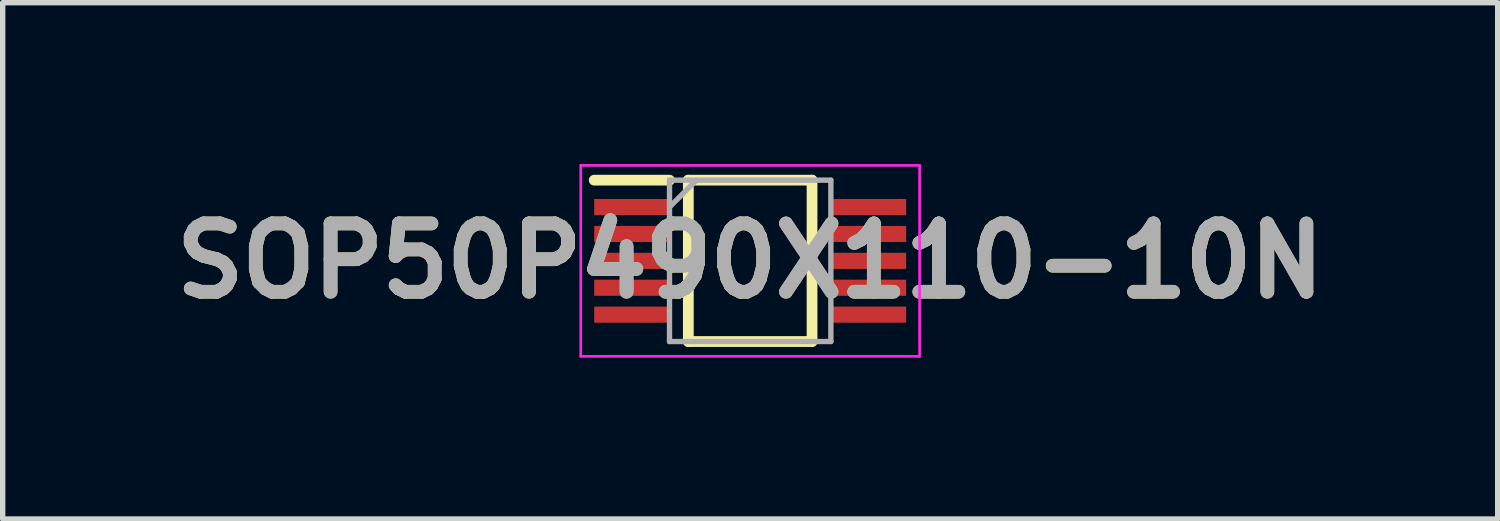
<source format=kicad_pcb>
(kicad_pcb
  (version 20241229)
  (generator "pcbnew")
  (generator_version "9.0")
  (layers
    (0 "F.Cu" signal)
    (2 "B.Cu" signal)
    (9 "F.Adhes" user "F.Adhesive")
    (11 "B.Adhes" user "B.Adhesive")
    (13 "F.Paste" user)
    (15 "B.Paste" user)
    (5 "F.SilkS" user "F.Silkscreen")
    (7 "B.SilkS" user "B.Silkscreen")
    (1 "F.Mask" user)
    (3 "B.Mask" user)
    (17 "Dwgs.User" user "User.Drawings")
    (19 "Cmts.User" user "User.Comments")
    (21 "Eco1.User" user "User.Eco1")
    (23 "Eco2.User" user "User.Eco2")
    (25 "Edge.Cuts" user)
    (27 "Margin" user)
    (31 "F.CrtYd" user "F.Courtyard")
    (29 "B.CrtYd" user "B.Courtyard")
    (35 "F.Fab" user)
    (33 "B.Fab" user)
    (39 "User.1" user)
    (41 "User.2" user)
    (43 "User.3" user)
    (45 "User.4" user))
  (footprint "SOP50P490X110-10N"
    (layer "F.Cu")
    (at 10.898 1.8)
    (property "Reference" "SOP50P490X110-10N" (at 0 0 0) (layer "F.SilkS") (effects (font (size 1.27 1.27) (thickness 0.254))))
    (attr smd)
    (fp_line (start -2.9 -1.5) (end -1.5 -1.5) (stroke (width 0.2) (type solid)) (layer "F.SilkS"))
    (fp_line (start -1.15 -1.5) (end 1.15 -1.5) (stroke (width 0.2) (type solid)) (layer "F.SilkS"))
    (fp_line (start -1.15 1.5) (end -1.15 -1.5) (stroke (width 0.2) (type solid)) (layer "F.SilkS"))
    (fp_line (start 1.15 -1.5) (end 1.15 1.5) (stroke (width 0.2) (type solid)) (layer "F.SilkS"))
    (fp_line (start 1.15 1.5) (end -1.15 1.5) (stroke (width 0.2) (type solid)) (layer "F.SilkS"))
    (fp_line (start -3.15 -1.775) (end 3.15 -1.775) (stroke (width 0.05) (type solid)) (layer "F.CrtYd"))
    (fp_line (start -3.15 1.775) (end -3.15 -1.775) (stroke (width 0.05) (type solid)) (layer "F.CrtYd"))
    (fp_line (start 3.15 -1.775) (end 3.15 1.775) (stroke (width 0.05) (type solid)) (layer "F.CrtYd"))
    (fp_line (start 3.15 1.775) (end -3.15 1.775) (stroke (width 0.05) (type solid)) (layer "F.CrtYd"))
    (fp_line (start -1.5 -1.5) (end 1.5 -1.5) (stroke (width 0.1) (type solid)) (layer "F.Fab"))
    (fp_line (start -1.5 -1) (end -1 -1.5) (stroke (width 0.1) (type solid)) (layer "F.Fab"))
    (fp_line (start -1.5 1.5) (end -1.5 -1.5) (stroke (width 0.1) (type solid)) (layer "F.Fab"))
    (fp_line (start 1.5 -1.5) (end 1.5 1.5) (stroke (width 0.1) (type solid)) (layer "F.Fab"))
    (fp_line (start 1.5 1.5) (end -1.5 1.5) (stroke (width 0.1) (type solid)) (layer "F.Fab"))
    (fp_text user "${REFERENCE}" (at 0 0 0) (layer "F.Fab") (effects (font (size 1.27 1.27) (thickness 0.254))))
    (pad "1" smd rect (at -2.2 -1 90) (size 0.3 1.4) (layers "F.Cu" "F.Mask" "F.Paste"))
    (pad "2" smd rect (at -2.2 -0.5 90) (size 0.3 1.4) (layers "F.Cu" "F.Mask" "F.Paste"))
    (pad "3" smd rect (at -2.2 0 90) (size 0.3 1.4) (layers "F.Cu" "F.Mask" "F.Paste"))
    (pad "4" smd rect (at -2.2 0.5 90) (size 0.3 1.4) (layers "F.Cu" "F.Mask" "F.Paste"))
    (pad "5" smd rect (at -2.2 1 90) (size 0.3 1.4) (layers "F.Cu" "F.Mask" "F.Paste"))
    (pad "6" smd rect (at 2.2 1 90) (size 0.3 1.4) (layers "F.Cu" "F.Mask" "F.Paste"))
    (pad "7" smd rect (at 2.2 0.5 90) (size 0.3 1.4) (layers "F.Cu" "F.Mask" "F.Paste"))
    (pad "8" smd rect (at 2.2 0 90) (size 0.3 1.4) (layers "F.Cu" "F.Mask" "F.Paste"))
    (pad "9" smd rect (at 2.2 -0.5 90) (size 0.3 1.4) (layers "F.Cu" "F.Mask" "F.Paste"))
    (pad "10" smd rect (at 2.2 -1 90) (size 0.3 1.4) (layers "F.Cu" "F.Mask" "F.Paste")))
  (gr_rect
    (start -3 -3)
    (end 24.796 6.6)
    (stroke (width 0.1) (type default))
    (fill no)
    (layer "Edge.Cuts")))
</source>
